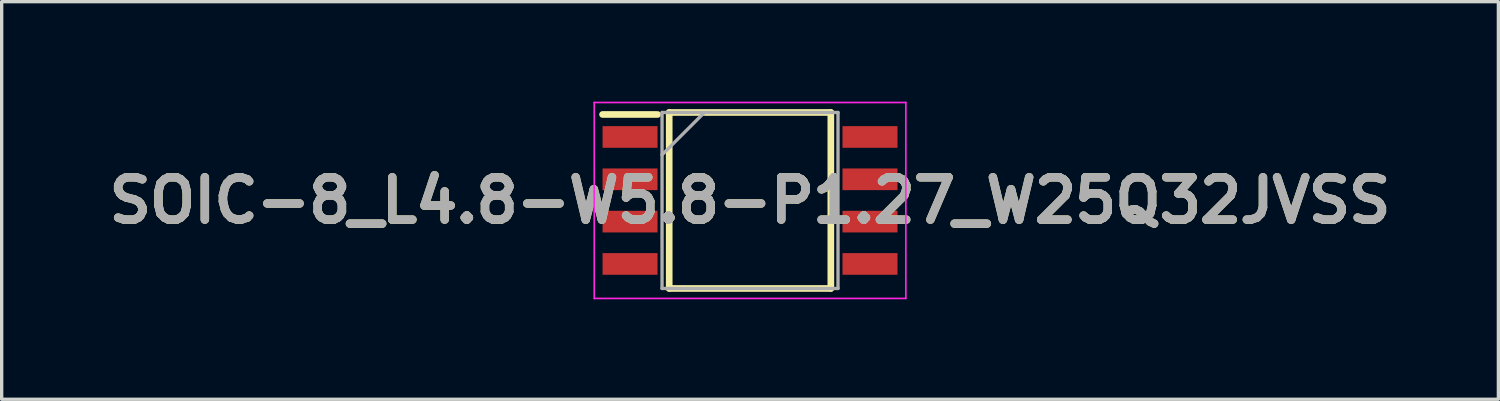
<source format=kicad_pcb>
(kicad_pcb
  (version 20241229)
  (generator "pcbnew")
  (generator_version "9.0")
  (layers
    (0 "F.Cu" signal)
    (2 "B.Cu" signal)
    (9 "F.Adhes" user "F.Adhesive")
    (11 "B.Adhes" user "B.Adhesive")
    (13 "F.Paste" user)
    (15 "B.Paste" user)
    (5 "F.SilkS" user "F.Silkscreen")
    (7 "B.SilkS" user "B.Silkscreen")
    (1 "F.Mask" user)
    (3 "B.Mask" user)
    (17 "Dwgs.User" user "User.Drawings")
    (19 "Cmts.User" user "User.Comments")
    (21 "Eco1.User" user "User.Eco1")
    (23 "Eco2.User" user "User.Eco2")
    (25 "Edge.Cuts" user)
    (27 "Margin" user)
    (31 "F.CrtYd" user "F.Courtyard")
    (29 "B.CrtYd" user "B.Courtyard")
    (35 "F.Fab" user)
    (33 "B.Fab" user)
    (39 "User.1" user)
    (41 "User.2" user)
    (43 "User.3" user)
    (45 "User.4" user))
  (footprint "SOIC-8_L4.8-W5.8-P1.27_W25Q32JVSS"
    (layer "F.Cu")
    (at 19.455 2.965)
    (property "Reference" "SOIC-8_L4.8-W5.8-P1.27_W25Q32JVSS" (at 0 0 0) (layer "F.SilkS") (effects (font (size 1.27 1.27) (thickness 0.254))))
    (attr smd)
    (fp_line (start -4.425 -2.58) (end -2.775 -2.58) (stroke (width 0.2) (type solid)) (layer "F.SilkS"))
    (fp_line (start -2.425 -2.64) (end 2.425 -2.64) (stroke (width 0.2) (type solid)) (layer "F.SilkS"))
    (fp_line (start -2.425 2.64) (end -2.425 -2.64) (stroke (width 0.2) (type solid)) (layer "F.SilkS"))
    (fp_line (start 2.425 -2.64) (end 2.425 2.64) (stroke (width 0.2) (type solid)) (layer "F.SilkS"))
    (fp_line (start 2.425 2.64) (end -2.425 2.64) (stroke (width 0.2) (type solid)) (layer "F.SilkS"))
    (fp_line (start -4.675 -2.94) (end 4.675 -2.94) (stroke (width 0.05) (type solid)) (layer "F.CrtYd"))
    (fp_line (start -4.675 2.94) (end -4.675 -2.94) (stroke (width 0.05) (type solid)) (layer "F.CrtYd"))
    (fp_line (start 4.675 -2.94) (end 4.675 2.94) (stroke (width 0.05) (type solid)) (layer "F.CrtYd"))
    (fp_line (start 4.675 2.94) (end -4.675 2.94) (stroke (width 0.05) (type solid)) (layer "F.CrtYd"))
    (fp_line (start -2.64 -2.64) (end 2.64 -2.64) (stroke (width 0.1) (type solid)) (layer "F.Fab"))
    (fp_line (start -2.64 -1.37) (end -1.37 -2.64) (stroke (width 0.1) (type solid)) (layer "F.Fab"))
    (fp_line (start -2.64 2.64) (end -2.64 -2.64) (stroke (width 0.1) (type solid)) (layer "F.Fab"))
    (fp_line (start 2.64 -2.64) (end 2.64 2.64) (stroke (width 0.1) (type solid)) (layer "F.Fab"))
    (fp_line (start 2.64 2.64) (end -2.64 2.64) (stroke (width 0.1) (type solid)) (layer "F.Fab"))
    (fp_text user "${REFERENCE}" (at 0 0 0) (layer "F.Fab") (effects (font (size 1.27 1.27) (thickness 0.254))))
    (pad "1" smd rect (at -3.6 -1.905 90) (size 0.65 1.65) (layers "F.Cu" "F.Mask" "F.Paste"))
    (pad "2" smd rect (at -3.6 -0.635 90) (size 0.65 1.65) (layers "F.Cu" "F.Mask" "F.Paste"))
    (pad "3" smd rect (at -3.6 0.635 90) (size 0.65 1.65) (layers "F.Cu" "F.Mask" "F.Paste"))
    (pad "4" smd rect (at -3.6 1.905 90) (size 0.65 1.65) (layers "F.Cu" "F.Mask" "F.Paste"))
    (pad "5" smd rect (at 3.6 1.905 90) (size 0.65 1.65) (layers "F.Cu" "F.Mask" "F.Paste"))
    (pad "6" smd rect (at 3.6 0.635 90) (size 0.65 1.65) (layers "F.Cu" "F.Mask" "F.Paste"))
    (pad "7" smd rect (at 3.6 -0.635 90) (size 0.65 1.65) (layers "F.Cu" "F.Mask" "F.Paste"))
    (pad "8" smd rect (at 3.6 -1.905 90) (size 0.65 1.65) (layers "F.Cu" "F.Mask" "F.Paste")))
  (gr_rect
    (start -3 -3)
    (end 41.91 8.93)
    (stroke (width 0.1) (type default))
    (fill no)
    (layer "Edge.Cuts")))
</source>
